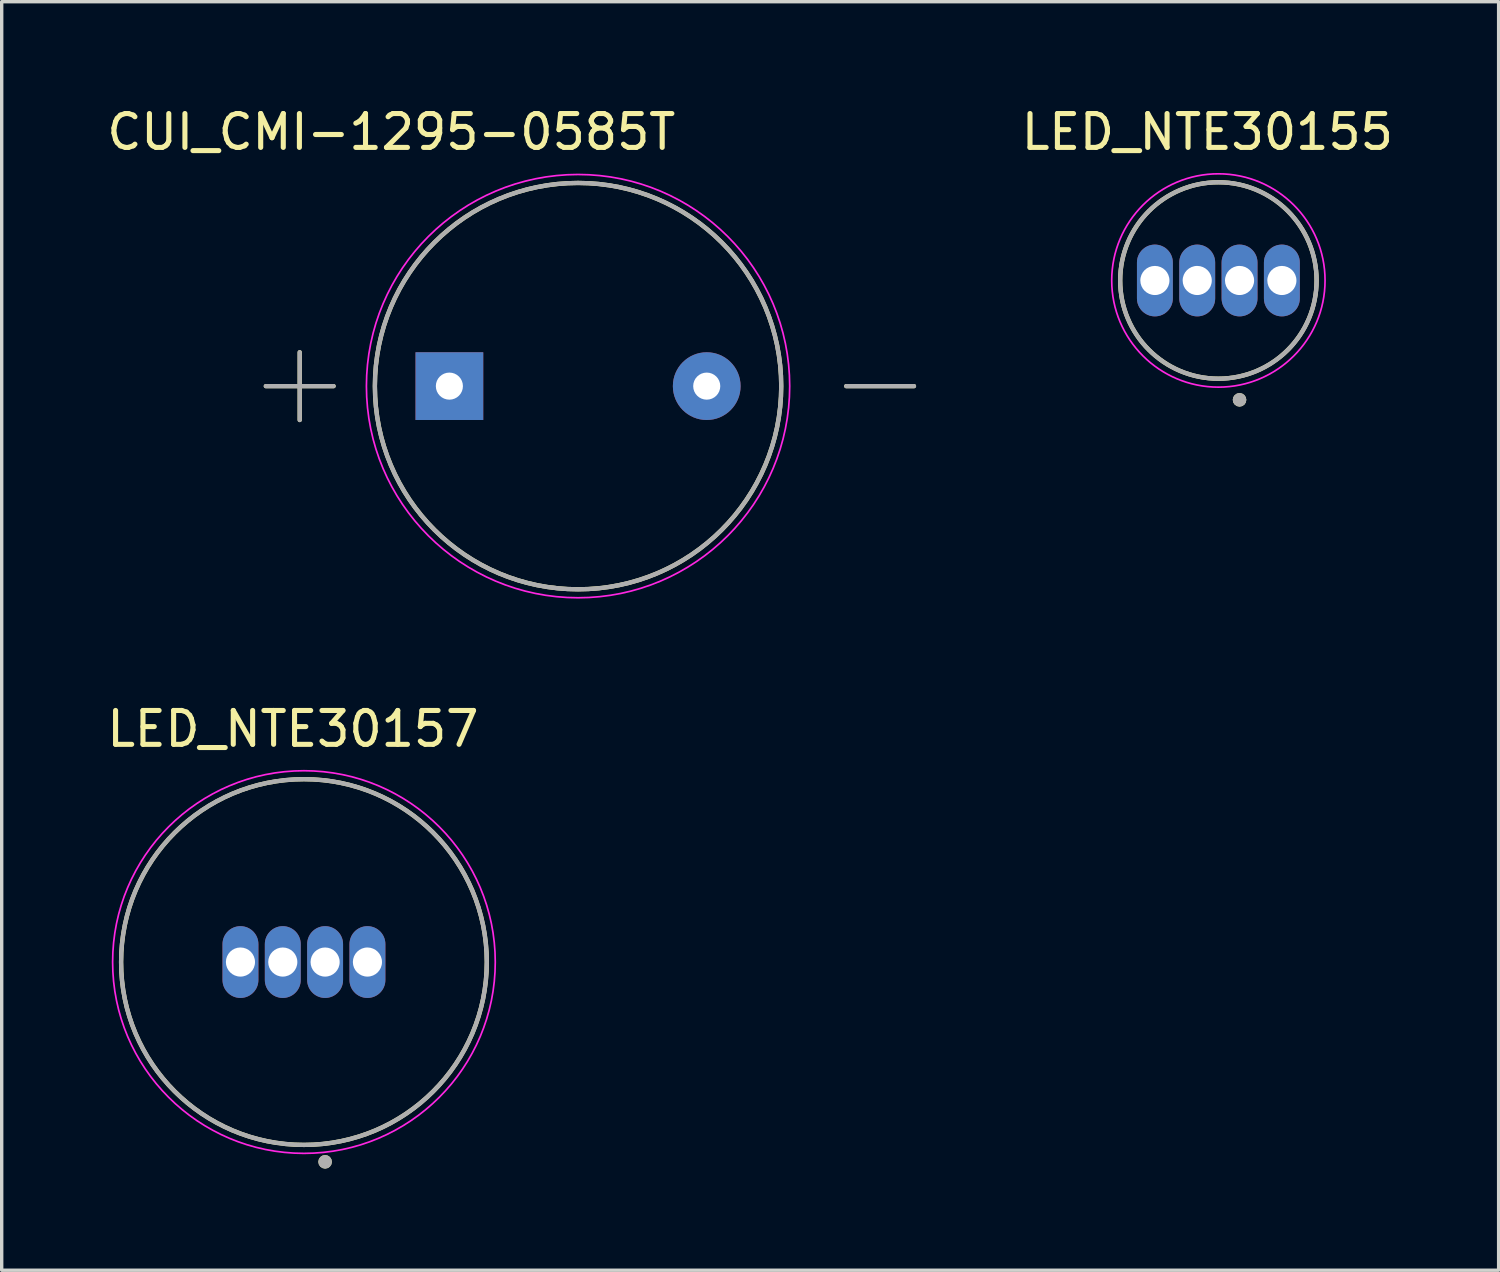
<source format=kicad_pcb>
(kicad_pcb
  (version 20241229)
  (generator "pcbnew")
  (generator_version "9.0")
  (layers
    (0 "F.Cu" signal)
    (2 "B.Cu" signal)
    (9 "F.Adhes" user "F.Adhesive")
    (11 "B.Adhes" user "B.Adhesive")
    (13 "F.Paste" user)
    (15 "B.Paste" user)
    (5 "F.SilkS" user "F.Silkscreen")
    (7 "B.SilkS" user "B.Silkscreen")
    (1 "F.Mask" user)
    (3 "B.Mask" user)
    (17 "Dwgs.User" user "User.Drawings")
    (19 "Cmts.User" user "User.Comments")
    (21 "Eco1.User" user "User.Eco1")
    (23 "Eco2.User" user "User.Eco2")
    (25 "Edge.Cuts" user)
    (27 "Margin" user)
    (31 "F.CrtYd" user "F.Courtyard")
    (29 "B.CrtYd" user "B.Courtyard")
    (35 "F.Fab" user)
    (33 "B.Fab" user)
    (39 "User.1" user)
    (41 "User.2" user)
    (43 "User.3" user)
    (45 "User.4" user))
  (footprint "LED_NTE30157"
    (layer "F.Cu")
    (at 5.926 25.361)
    (property "Reference" "LED_NTE30157" (at -0.325 -6.885 0) (layer "F.SilkS") (effects (font (size 1 1) (thickness 0.15))))
    (attr through_hole)
    (fp_circle (center 0 0) (end 5.4 0) (stroke (width 0.127) (type solid)) (fill no) (layer "F.SilkS"))
    (fp_circle (center 0.625 5.9) (end 0.725 5.9) (stroke (width 0.2) (type solid)) (fill no) (layer "F.SilkS"))
    (fp_circle (center 0 0) (end 5.65 0) (stroke (width 0.05) (type solid)) (fill no) (layer "F.CrtYd"))
    (fp_circle (center 0 0) (end 5.4 0) (stroke (width 0.127) (type solid)) (fill no) (layer "F.Fab"))
    (fp_circle (center 0.625 5.9) (end 0.725 5.9) (stroke (width 0.2) (type solid)) (fill no) (layer "F.Fab"))
    (pad "1" thru_hole oval (at 0.625 0) (size 1.06 2.12) (drill 0.86) (layers "*.Cu" "*.Mask"))
    (pad "2" thru_hole oval (at 1.875 0) (size 1.06 2.12) (drill 0.86) (layers "*.Cu" "*.Mask"))
    (pad "3" thru_hole oval (at -0.625 0) (size 1.06 2.12) (drill 0.86) (layers "*.Cu" "*.Mask"))
    (pad "4" thru_hole oval (at -1.875 0) (size 1.06 2.12) (drill 0.86) (layers "*.Cu" "*.Mask")))
  (footprint "CUI_CMI-1295-0585T"
    (layer "F.Cu")
    (at 14.021 8.353)
    (property "Reference" "CUI_CMI-1295-0585T" (at -5.515 -7.505 0) (layer "F.SilkS") (effects (font (size 1 1) (thickness 0.15))))
    (attr through_hole)
    (fp_line (start -9.22 0) (end -7.22 0) (stroke (width 0.127) (type solid)) (layer "F.SilkS"))
    (fp_line (start -8.22 -1) (end -8.22 1) (stroke (width 0.127) (type solid)) (layer "F.SilkS"))
    (fp_line (start 7.92 0) (end 9.92 0) (stroke (width 0.127) (type solid)) (layer "F.SilkS"))
    (fp_circle (center 0 0) (end 6 0) (stroke (width 0.127) (type solid)) (fill no) (layer "F.SilkS"))
    (fp_circle (center 0 0) (end 6.25 0) (stroke (width 0.05) (type solid)) (fill no) (layer "F.CrtYd"))
    (fp_line (start -9.22 0) (end -7.22 0) (stroke (width 0.127) (type solid)) (layer "F.Fab"))
    (fp_line (start -8.22 -1) (end -8.22 1) (stroke (width 0.127) (type solid)) (layer "F.Fab"))
    (fp_line (start 7.92 0) (end 9.92 0) (stroke (width 0.127) (type solid)) (layer "F.Fab"))
    (fp_circle (center 0 0) (end 6 0) (stroke (width 0.127) (type solid)) (fill no) (layer "F.Fab"))
    (pad "N" thru_hole circle (at 3.8 0) (size 2 2) (drill 0.8) (layers "*.Cu" "*.Mask"))
    (pad "P" thru_hole rect (at -3.8 0) (size 2 2) (drill 0.8) (layers "*.Cu" "*.Mask")))
  (footprint "LED_NTE30155"
    (layer "F.Cu")
    (at 32.931 5.233)
    (property "Reference" "LED_NTE30155" (at -0.325 -4.385 0) (layer "F.SilkS") (effects (font (size 1 1) (thickness 0.15))))
    (attr through_hole)
    (fp_circle (center 0 0) (end 2.9 0) (stroke (width 0.127) (type solid)) (fill no) (layer "F.SilkS"))
    (fp_circle (center 0.625 3.525) (end 0.725 3.525) (stroke (width 0.2) (type solid)) (fill no) (layer "F.SilkS"))
    (fp_circle (center 0 0) (end 3.15 0) (stroke (width 0.05) (type solid)) (fill no) (layer "F.CrtYd"))
    (fp_circle (center 0 0) (end 2.9 0) (stroke (width 0.127) (type solid)) (fill no) (layer "F.Fab"))
    (fp_circle (center 0.625 3.525) (end 0.725 3.525) (stroke (width 0.2) (type solid)) (fill no) (layer "F.Fab"))
    (pad "1" thru_hole oval (at 0.625 0) (size 1.06 2.12) (drill 0.86) (layers "*.Cu" "*.Mask"))
    (pad "2" thru_hole oval (at 1.875 0) (size 1.06 2.12) (drill 0.86) (layers "*.Cu" "*.Mask"))
    (pad "3" thru_hole oval (at -0.625 0) (size 1.06 2.12) (drill 0.86) (layers "*.Cu" "*.Mask"))
    (pad "4" thru_hole oval (at -1.875 0) (size 1.06 2.12) (drill 0.86) (layers "*.Cu" "*.Mask")))
  (gr_rect
    (start -3 -3)
    (end 41.207 34.462)
    (stroke (width 0.1) (type default))
    (fill no)
    (layer "Edge.Cuts")))
</source>
